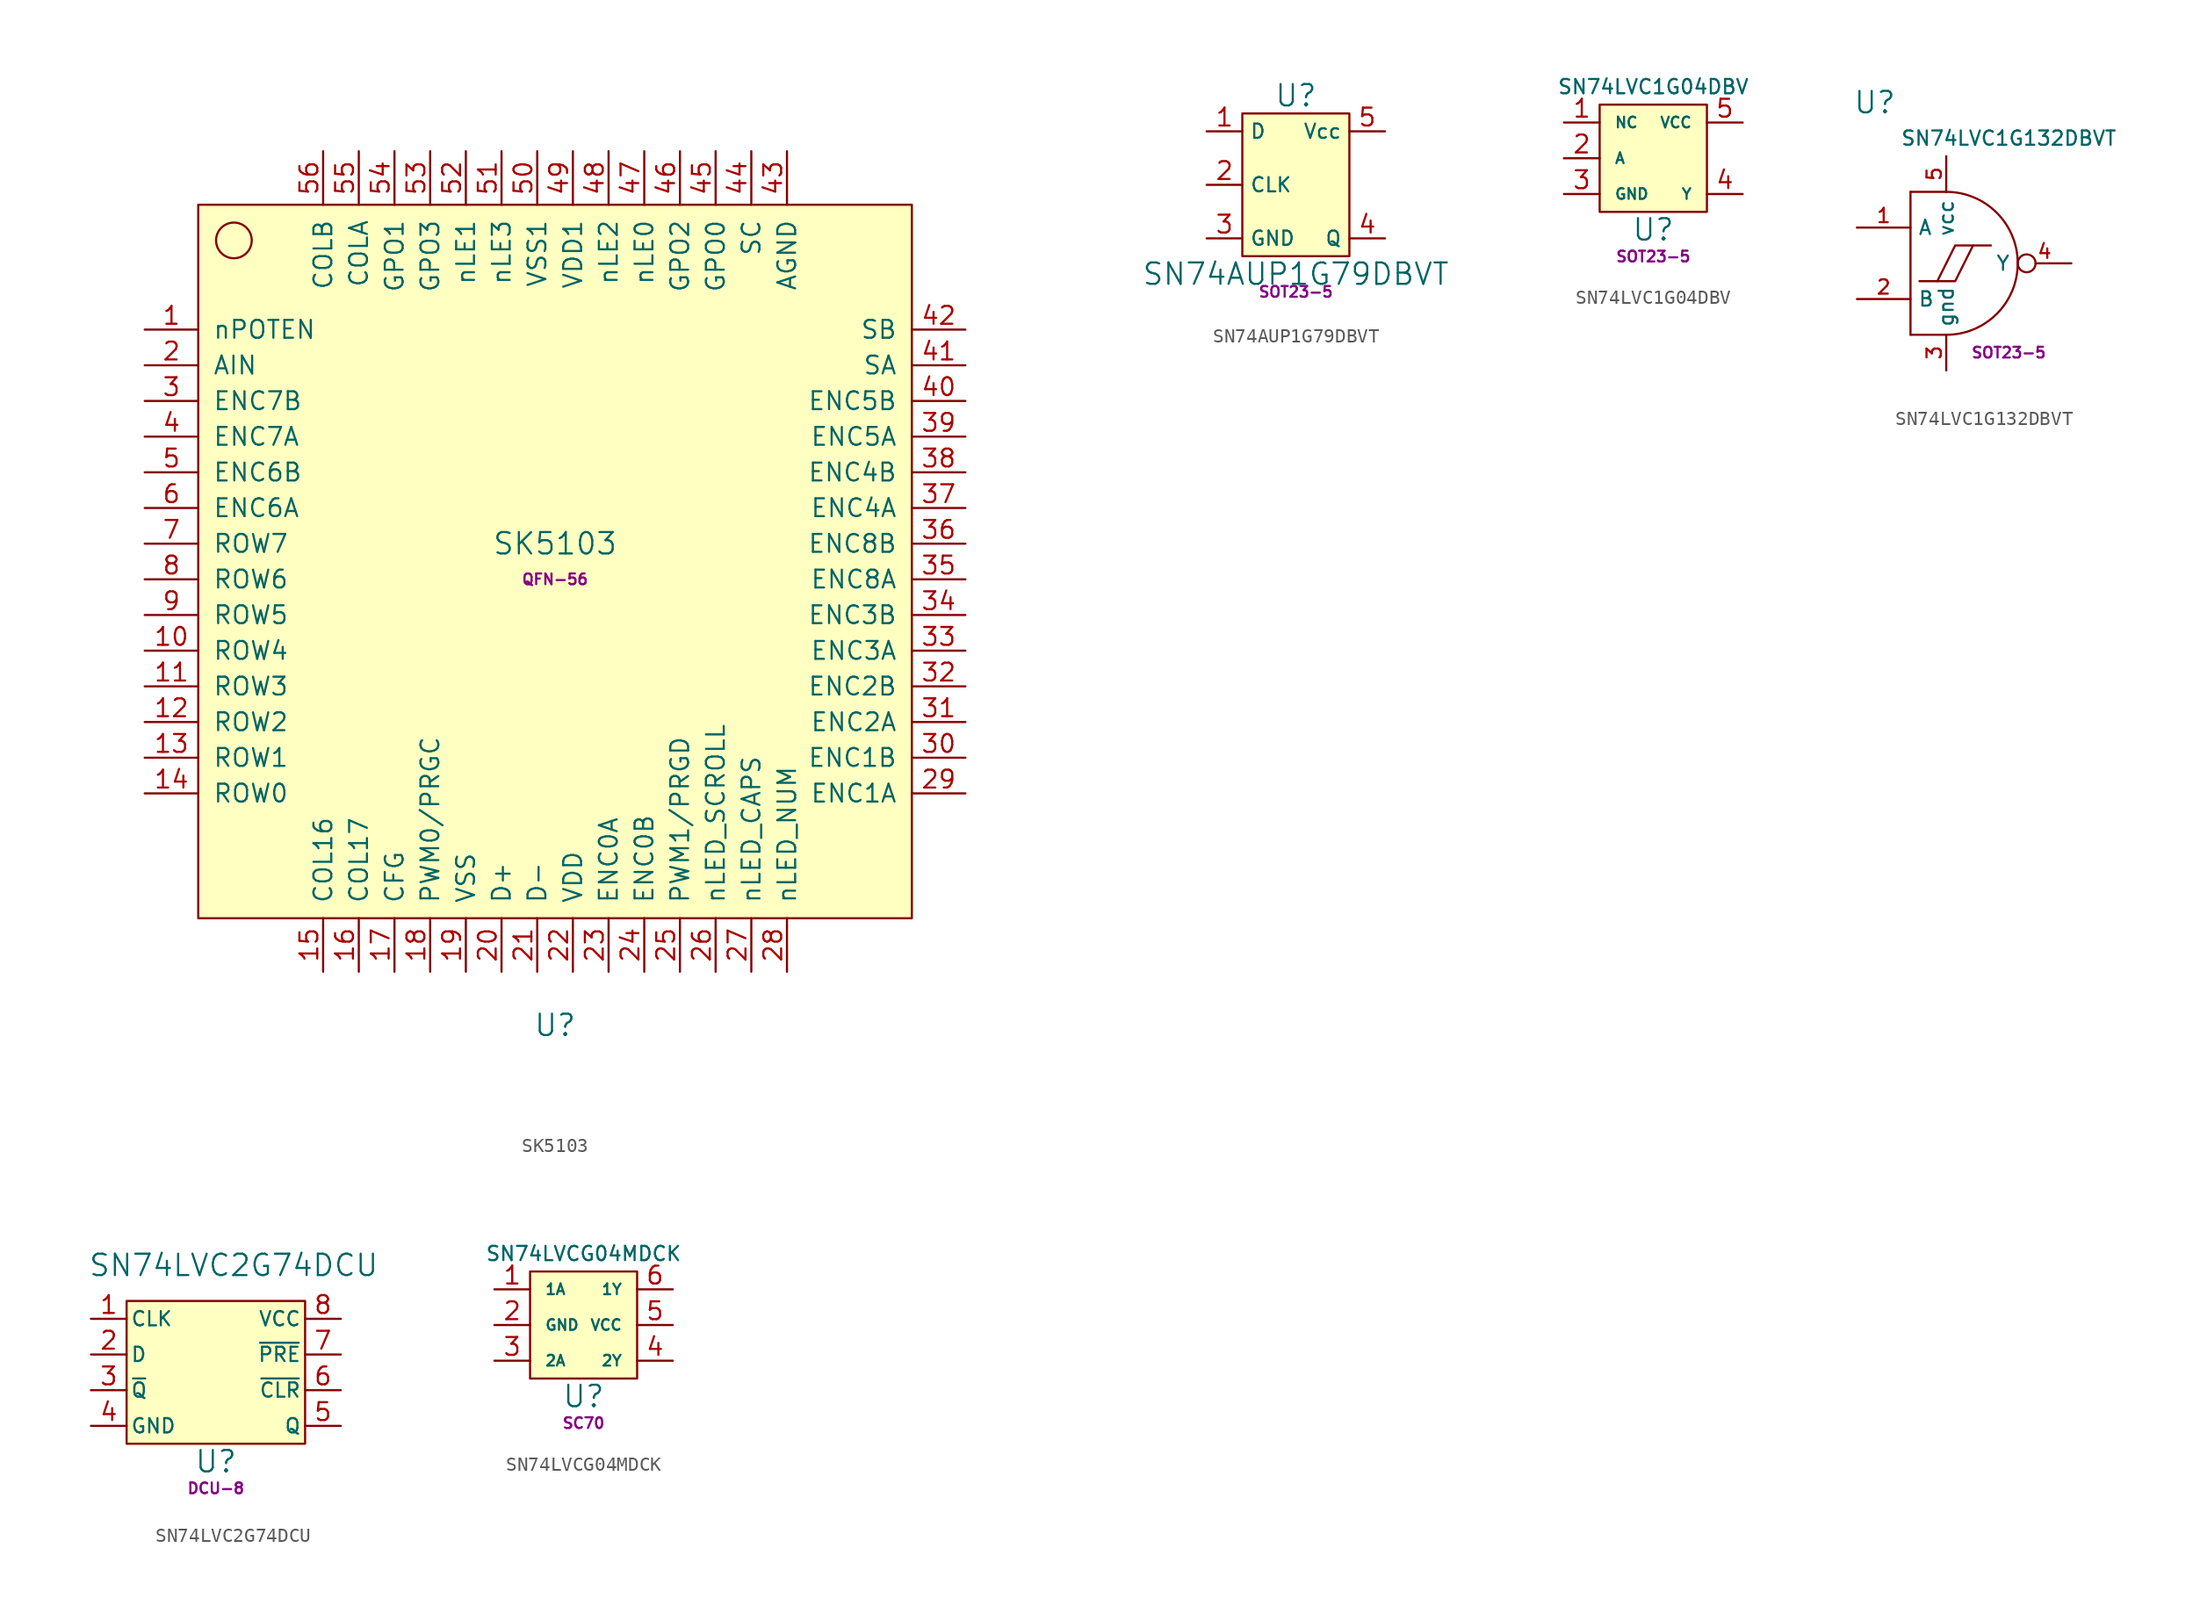
<source format=kicad_sym>
(kicad_symbol_lib
  (version 20220914)
  (generator kicad_symbol_editor)
  (symbol "SK5103"
    (pin_names
      (offset 1.016))
    (property "Reference" "U"
      (at 0 -33.02 0)
      (effects (font (size 1.524 1.524))))
    (property "Value" "SK5103"
      (at 0 1.27 0)
      (effects (font (size 1.524 1.524))))
    (property "Footprint" "QFN-56"
      (at 0 -1.27 0)
      (effects (font (size 0.762 0.762))))
    (property "Datasheet" ""
      (at 0 0 0)
      (effects (font (size 1.524 1.524))))
    (symbol "SK5103_0_1"
      (rectangle (start -25.4 25.4) (end 25.4 -25.4) (stroke (width 0) (type default)) (fill (type background)))
      (circle (center -22.86 22.86) (radius 1.27) (stroke (width 0) (type default)) (fill (type none))))
    (symbol "SK5103_1_1"
      (pin input line (at -29.21 16.51 0) (length 3.81) (name "nPOTEN" (effects (font (size 1.27 1.27)))) (number "1" (effects (font (size 1.27 1.27)))))
      (pin input line (at -29.21 -6.35 0) (length 3.81) (name "ROW4" (effects (font (size 1.27 1.27)))) (number "10" (effects (font (size 1.27 1.27)))))
      (pin input line (at -29.21 -8.89 0) (length 3.81) (name "ROW3" (effects (font (size 1.27 1.27)))) (number "11" (effects (font (size 1.27 1.27)))))
      (pin input line (at -29.21 -11.43 0) (length 3.81) (name "ROW2" (effects (font (size 1.27 1.27)))) (number "12" (effects (font (size 1.27 1.27)))))
      (pin input line (at -29.21 -13.97 0) (length 3.81) (name "ROW1" (effects (font (size 1.27 1.27)))) (number "13" (effects (font (size 1.27 1.27)))))
      (pin input line (at -29.21 -16.51 0) (length 3.81) (name "ROW0" (effects (font (size 1.27 1.27)))) (number "14" (effects (font (size 1.27 1.27)))))
      (pin input line (at -16.51 -29.21 90) (length 3.81) (name "COL16" (effects (font (size 1.27 1.27)))) (number "15" (effects (font (size 1.27 1.27)))))
      (pin input line (at -13.97 -29.21 90) (length 3.81) (name "COL17" (effects (font (size 1.27 1.27)))) (number "16" (effects (font (size 1.27 1.27)))))
      (pin input line (at -11.43 -29.21 90) (length 3.81) (name "CFG" (effects (font (size 1.27 1.27)))) (number "17" (effects (font (size 1.27 1.27)))))
      (pin input line (at -8.89 -29.21 90) (length 3.81) (name "PWM0/PRGC" (effects (font (size 1.27 1.27)))) (number "18" (effects (font (size 1.27 1.27)))))
      (pin input line (at -6.35 -29.21 90) (length 3.81) (name "VSS" (effects (font (size 1.27 1.27)))) (number "19" (effects (font (size 1.27 1.27)))))
      (pin input line (at -29.21 13.97 0) (length 3.81) (name "AIN" (effects (font (size 1.27 1.27)))) (number "2" (effects (font (size 1.27 1.27)))))
      (pin input line (at -3.81 -29.21 90) (length 3.81) (name "D+" (effects (font (size 1.27 1.27)))) (number "20" (effects (font (size 1.27 1.27)))))
      (pin input line (at -1.27 -29.21 90) (length 3.81) (name "D-" (effects (font (size 1.27 1.27)))) (number "21" (effects (font (size 1.27 1.27)))))
      (pin input line (at 1.27 -29.21 90) (length 3.81) (name "VDD" (effects (font (size 1.27 1.27)))) (number "22" (effects (font (size 1.27 1.27)))))
      (pin input line (at 3.81 -29.21 90) (length 3.81) (name "ENC0A" (effects (font (size 1.27 1.27)))) (number "23" (effects (font (size 1.27 1.27)))))
      (pin input line (at 6.35 -29.21 90) (length 3.81) (name "ENC0B" (effects (font (size 1.27 1.27)))) (number "24" (effects (font (size 1.27 1.27)))))
      (pin input line (at 8.89 -29.21 90) (length 3.81) (name "PWM1/PRGD" (effects (font (size 1.27 1.27)))) (number "25" (effects (font (size 1.27 1.27)))))
      (pin input line (at 11.43 -29.21 90) (length 3.81) (name "nLED_SCROLL" (effects (font (size 1.27 1.27)))) (number "26" (effects (font (size 1.27 1.27)))))
      (pin input line (at 13.97 -29.21 90) (length 3.81) (name "nLED_CAPS" (effects (font (size 1.27 1.27)))) (number "27" (effects (font (size 1.27 1.27)))))
      (pin input line (at 16.51 -29.21 90) (length 3.81) (name "nLED_NUM" (effects (font (size 1.27 1.27)))) (number "28" (effects (font (size 1.27 1.27)))))
      (pin input line (at 29.21 -16.51 180) (length 3.81) (name "ENC1A" (effects (font (size 1.27 1.27)))) (number "29" (effects (font (size 1.27 1.27)))))
      (pin input line (at -29.21 11.43 0) (length 3.81) (name "ENC7B" (effects (font (size 1.27 1.27)))) (number "3" (effects (font (size 1.27 1.27)))))
      (pin input line (at 29.21 -13.97 180) (length 3.81) (name "ENC1B" (effects (font (size 1.27 1.27)))) (number "30" (effects (font (size 1.27 1.27)))))
      (pin input line (at 29.21 -11.43 180) (length 3.81) (name "ENC2A" (effects (font (size 1.27 1.27)))) (number "31" (effects (font (size 1.27 1.27)))))
      (pin input line (at 29.21 -8.89 180) (length 3.81) (name "ENC2B" (effects (font (size 1.27 1.27)))) (number "32" (effects (font (size 1.27 1.27)))))
      (pin input line (at 29.21 -6.35 180) (length 3.81) (name "ENC3A" (effects (font (size 1.27 1.27)))) (number "33" (effects (font (size 1.27 1.27)))))
      (pin input line (at 29.21 -3.81 180) (length 3.81) (name "ENC3B" (effects (font (size 1.27 1.27)))) (number "34" (effects (font (size 1.27 1.27)))))
      (pin input line (at 29.21 -1.27 180) (length 3.81) (name "ENC8A" (effects (font (size 1.27 1.27)))) (number "35" (effects (font (size 1.27 1.27)))))
      (pin input line (at 29.21 1.27 180) (length 3.81) (name "ENC8B" (effects (font (size 1.27 1.27)))) (number "36" (effects (font (size 1.27 1.27)))))
      (pin input line (at 29.21 3.81 180) (length 3.81) (name "ENC4A" (effects (font (size 1.27 1.27)))) (number "37" (effects (font (size 1.27 1.27)))))
      (pin input line (at 29.21 6.35 180) (length 3.81) (name "ENC4B" (effects (font (size 1.27 1.27)))) (number "38" (effects (font (size 1.27 1.27)))))
      (pin input line (at 29.21 8.89 180) (length 3.81) (name "ENC5A" (effects (font (size 1.27 1.27)))) (number "39" (effects (font (size 1.27 1.27)))))
      (pin input line (at -29.21 8.89 0) (length 3.81) (name "ENC7A" (effects (font (size 1.27 1.27)))) (number "4" (effects (font (size 1.27 1.27)))))
      (pin input line (at 29.21 11.43 180) (length 3.81) (name "ENC5B" (effects (font (size 1.27 1.27)))) (number "40" (effects (font (size 1.27 1.27)))))
      (pin input line (at 29.21 13.97 180) (length 3.81) (name "SA" (effects (font (size 1.27 1.27)))) (number "41" (effects (font (size 1.27 1.27)))))
      (pin input line (at 29.21 16.51 180) (length 3.81) (name "SB" (effects (font (size 1.27 1.27)))) (number "42" (effects (font (size 1.27 1.27)))))
      (pin input line (at 16.51 29.21 270) (length 3.81) (name "AGND" (effects (font (size 1.27 1.27)))) (number "43" (effects (font (size 1.27 1.27)))))
      (pin input line (at 13.97 29.21 270) (length 3.81) (name "SC" (effects (font (size 1.27 1.27)))) (number "44" (effects (font (size 1.27 1.27)))))
      (pin input line (at 11.43 29.21 270) (length 3.81) (name "GPO0" (effects (font (size 1.27 1.27)))) (number "45" (effects (font (size 1.27 1.27)))))
      (pin input line (at 8.89 29.21 270) (length 3.81) (name "GPO2" (effects (font (size 1.27 1.27)))) (number "46" (effects (font (size 1.27 1.27)))))
      (pin input line (at 6.35 29.21 270) (length 3.81) (name "nLE0" (effects (font (size 1.27 1.27)))) (number "47" (effects (font (size 1.27 1.27)))))
      (pin input line (at 3.81 29.21 270) (length 3.81) (name "nLE2" (effects (font (size 1.27 1.27)))) (number "48" (effects (font (size 1.27 1.27)))))
      (pin input line (at 1.27 29.21 270) (length 3.81) (name "VDD1" (effects (font (size 1.27 1.27)))) (number "49" (effects (font (size 1.27 1.27)))))
      (pin input line (at -29.21 6.35 0) (length 3.81) (name "ENC6B" (effects (font (size 1.27 1.27)))) (number "5" (effects (font (size 1.27 1.27)))))
      (pin input line (at -1.27 29.21 270) (length 3.81) (name "VSS1" (effects (font (size 1.27 1.27)))) (number "50" (effects (font (size 1.27 1.27)))))
      (pin input line (at -3.81 29.21 270) (length 3.81) (name "nLE3" (effects (font (size 1.27 1.27)))) (number "51" (effects (font (size 1.27 1.27)))))
      (pin input line (at -6.35 29.21 270) (length 3.81) (name "nLE1" (effects (font (size 1.27 1.27)))) (number "52" (effects (font (size 1.27 1.27)))))
      (pin input line (at -8.89 29.21 270) (length 3.81) (name "GPO3" (effects (font (size 1.27 1.27)))) (number "53" (effects (font (size 1.27 1.27)))))
      (pin input line (at -11.43 29.21 270) (length 3.81) (name "GPO1" (effects (font (size 1.27 1.27)))) (number "54" (effects (font (size 1.27 1.27)))))
      (pin input line (at -13.97 29.21 270) (length 3.81) (name "COLA" (effects (font (size 1.27 1.27)))) (number "55" (effects (font (size 1.27 1.27)))))
      (pin input line (at -16.51 29.21 270) (length 3.81) (name "COLB" (effects (font (size 1.27 1.27)))) (number "56" (effects (font (size 1.27 1.27)))))
      (pin input line (at -29.21 3.81 0) (length 3.81) (name "ENC6A" (effects (font (size 1.27 1.27)))) (number "6" (effects (font (size 1.27 1.27)))))
      (pin input line (at -29.21 1.27 0) (length 3.81) (name "ROW7" (effects (font (size 1.27 1.27)))) (number "7" (effects (font (size 1.27 1.27)))))
      (pin input line (at -29.21 -1.27 0) (length 3.81) (name "ROW6" (effects (font (size 1.27 1.27)))) (number "8" (effects (font (size 1.27 1.27)))))
      (pin input line (at -29.21 -3.81 0) (length 3.81) (name "ROW5" (effects (font (size 1.27 1.27)))) (number "9" (effects (font (size 1.27 1.27)))))))
  (symbol "SN74AUP1G79DBVT"
    (property "Reference" "U"
      (at 0 6.35 0)
      (effects (font (size 1.524 1.524))))
    (property "Value" "SN74AUP1G79DBVT"
      (at 0 -6.35 0)
      (effects (font (size 1.524 1.524))))
    (property "Footprint" "SOT23-5"
      (at 0 -7.62 0)
      (effects (font (size 0.762 0.762))))
    (property "Datasheet" ""
      (at 0 0 0)
      (effects (font (size 1.524 1.524))))
    (symbol "SN74AUP1G79DBVT_0_1"
      (rectangle (start -3.81 5.08) (end 3.81 -5.08) (stroke (width 0) (type default)) (fill (type background))))
    (symbol "SN74AUP1G79DBVT_1_1"
      (pin bidirectional line (at -6.35 3.81 0) (length 2.54) (name "D" (effects (font (size 1.016 1.016)))) (number "1" (effects (font (size 1.27 1.27)))))
      (pin bidirectional line (at -6.35 0 0) (length 2.54) (name "CLK" (effects (font (size 1.016 1.016)))) (number "2" (effects (font (size 1.27 1.27)))))
      (pin bidirectional line (at -6.35 -3.81 0) (length 2.54) (name "GND" (effects (font (size 1.016 1.016)))) (number "3" (effects (font (size 1.27 1.27)))))
      (pin bidirectional line (at 6.35 -3.81 180) (length 2.54) (name "Q" (effects (font (size 1.016 1.016)))) (number "4" (effects (font (size 1.27 1.27)))))
      (pin bidirectional line (at 6.35 3.81 180) (length 2.54) (name "Vcc" (effects (font (size 1.016 1.016)))) (number "5" (effects (font (size 1.27 1.27)))))))
  (symbol "SN74LVC1G04DBV"
    (pin_names
      (offset 1.016))
    (property "Reference" "U"
      (at 0 -5.08 0)
      (effects (font (size 1.524 1.524))))
    (property "Value" "SN74LVC1G04DBV"
      (at 0 5.08 0)
      (effects (font (size 1.016 1.016))))
    (property "Footprint" "SOT23-5"
      (at 0 -6.985 0)
      (effects (font (size 0.762 0.762))))
    (property "Datasheet" ""
      (at 0 0 0)
      (effects (font (size 1.524 1.524))))
    (symbol "SN74LVC1G04DBV_0_1"
      (rectangle (start -3.81 3.81) (end 3.81 -3.81) (stroke (width 0) (type default)) (fill (type background))))
    (symbol "SN74LVC1G04DBV_1_1"
      (pin bidirectional line (at -6.35 2.54 0) (length 2.54) (name "NC" (effects (font (size 0.762 0.762)))) (number "1" (effects (font (size 1.27 1.27)))))
      (pin bidirectional line (at -6.35 0 0) (length 2.54) (name "A" (effects (font (size 0.762 0.762)))) (number "2" (effects (font (size 1.27 1.27)))))
      (pin bidirectional line (at -6.35 -2.54 0) (length 2.54) (name "GND" (effects (font (size 0.762 0.762)))) (number "3" (effects (font (size 1.27 1.27)))))
      (pin bidirectional line (at 6.35 -2.54 180) (length 2.54) (name "Y" (effects (font (size 0.762 0.762)))) (number "4" (effects (font (size 1.27 1.27)))))
      (pin bidirectional line (at 6.35 2.54 180) (length 2.54) (name "VCC" (effects (font (size 0.762 0.762)))) (number "5" (effects (font (size 1.27 1.27)))))))
  (symbol "SN74LVC1G132DBVT"
    (property "Reference" "U"
      (at -5.08 11.43 0)
      (effects (font (size 1.524 1.524))))
    (property "Value" "SN74LVC1G132DBVT"
      (at 4.445 8.89 0)
      (effects (font (size 1.016 1.016))))
    (property "Footprint" "SOT23-5"
      (at 4.445 -6.35 0)
      (effects (font (size 0.762 0.762))))
    (property "Datasheet" ""
      (at 0 0 0)
      (effects (font (size 1.524 1.524))))
    (symbol "SN74LVC1G132DBVT_0_1"
      (arc (start 0 -5.08) (mid 5.0579 0) (end 0 5.08) (stroke (width 0) (type default)) (fill (type none)))
      (polyline (pts (xy -2.54 5.08) (xy -2.54 -5.08) (xy -2.54 -5.08)) (stroke (width 0) (type default)) (fill (type none)))
      (polyline (pts (xy -0.635 -1.27) (xy 0.635 1.27) (xy 1.905 1.27)) (stroke (width 0) (type default)) (fill (type none)))
      (polyline (pts (xy 0 -5.08) (xy -2.54 -5.08) (xy -2.54 -5.08)) (stroke (width 0) (type default)) (fill (type none)))
      (polyline (pts (xy 0 5.08) (xy -2.54 5.08) (xy -2.54 5.08)) (stroke (width 0) (type default)) (fill (type background)))
      (polyline (pts (xy -1.905 -1.27) (xy 0.635 -1.27) (xy 1.905 1.27) (xy 3.175 1.27)) (stroke (width 0) (type default)) (fill (type none)))
      (pin input line (at -6.35 2.54 0) (length 3.81) (name "A" (effects (font (size 1.016 1.016)))) (number "1" (effects (font (size 1.016 1.016)))))
      (pin input line (at -6.35 -2.54 0) (length 3.81) (name "B" (effects (font (size 1.016 1.016)))) (number "2" (effects (font (size 1.016 1.016)))))
      (pin passive line (at 0 -7.62 90) (length 2.54) (name "gnd" (effects (font (size 1.016 1.016)))) (number "3" (effects (font (size 1.016 1.016)))))
      (pin output inverted (at 8.89 0 180) (length 3.81) (name "Y" (effects (font (size 1.016 1.016)))) (number "4" (effects (font (size 1.016 1.016)))))
      (pin power_in line (at 0 7.62 270) (length 2.54) (name "vcc" (effects (font (size 1.016 1.016)))) (number "5" (effects (font (size 1.016 1.016)))))))
  (symbol "SN74LVC2G74DCU"
    (pin_names
      (offset 0.254))
    (property "Reference" "U"
      (at 0 -6.35 0)
      (effects (font (size 1.524 1.524))))
    (property "Value" "SN74LVC2G74DCU"
      (at 1.27 7.62 0)
      (effects (font (size 1.524 1.524))))
    (property "Footprint" "DCU-8"
      (at 0 -8.255 0)
      (effects (font (size 0.762 0.762))))
    (property "Datasheet" ""
      (at 0 0 0)
      (effects (font (size 1.524 1.524))))
    (symbol "SN74LVC2G74DCU_0_1"
      (rectangle (start -6.35 5.08) (end 6.35 -5.08) (stroke (width 0) (type default)) (fill (type background))))
    (symbol "SN74LVC2G74DCU_1_1"
      (pin bidirectional line (at -8.89 3.81 0) (length 2.54) (name "CLK" (effects (font (size 1.016 1.016)))) (number "1" (effects (font (size 1.27 1.27)))))
      (pin bidirectional line (at -8.89 1.27 0) (length 2.54) (name "D" (effects (font (size 1.016 1.016)))) (number "2" (effects (font (size 1.27 1.27)))))
      (pin bidirectional line (at -8.89 -1.27 0) (length 2.54) (name "~{Q}" (effects (font (size 1.016 1.016)))) (number "3" (effects (font (size 1.27 1.27)))))
      (pin bidirectional line (at -8.89 -3.81 0) (length 2.54) (name "GND" (effects (font (size 1.016 1.016)))) (number "4" (effects (font (size 1.27 1.27)))))
      (pin bidirectional line (at 8.89 -3.81 180) (length 2.54) (name "Q" (effects (font (size 1.016 1.016)))) (number "5" (effects (font (size 1.27 1.27)))))
      (pin bidirectional line (at 8.89 -1.27 180) (length 2.54) (name "~{CLR}" (effects (font (size 1.016 1.016)))) (number "6" (effects (font (size 1.27 1.27)))))
      (pin bidirectional line (at 8.89 1.27 180) (length 2.54) (name "~{PRE}" (effects (font (size 1.016 1.016)))) (number "7" (effects (font (size 1.27 1.27)))))
      (pin bidirectional line (at 8.89 3.81 180) (length 2.54) (name "VCC" (effects (font (size 1.016 1.016)))) (number "8" (effects (font (size 1.27 1.27)))))))
  (symbol "SN74LVCG04MDCK"
    (pin_names
      (offset 1.016))
    (property "Reference" "U"
      (at 0 -5.08 0)
      (effects (font (size 1.524 1.524))))
    (property "Value" "SN74LVCG04MDCK"
      (at 0 5.08 0)
      (effects (font (size 1.016 1.016))))
    (property "Footprint" "SC70"
      (at 0 -6.985 0)
      (effects (font (size 0.762 0.762))))
    (property "Datasheet" ""
      (at 0 0 0)
      (effects (font (size 1.524 1.524))))
    (symbol "SN74LVCG04MDCK_0_1"
      (rectangle (start -3.81 3.81) (end 3.81 -3.81) (stroke (width 0) (type default)) (fill (type background))))
    (symbol "SN74LVCG04MDCK_1_1"
      (pin bidirectional line (at -6.35 2.54 0) (length 2.54) (name "1A" (effects (font (size 0.762 0.762)))) (number "1" (effects (font (size 1.27 1.27)))))
      (pin bidirectional line (at -6.35 0 0) (length 2.54) (name "GND" (effects (font (size 0.762 0.762)))) (number "2" (effects (font (size 1.27 1.27)))))
      (pin bidirectional line (at -6.35 -2.54 0) (length 2.54) (name "2A" (effects (font (size 0.762 0.762)))) (number "3" (effects (font (size 1.27 1.27)))))
      (pin bidirectional line (at 6.35 -2.54 180) (length 2.54) (name "2Y" (effects (font (size 0.762 0.762)))) (number "4" (effects (font (size 1.27 1.27)))))
      (pin bidirectional line (at 6.35 0 180) (length 2.54) (name "VCC" (effects (font (size 0.762 0.762)))) (number "5" (effects (font (size 1.27 1.27)))))
      (pin bidirectional line (at 6.35 2.54 180) (length 2.54) (name "1Y" (effects (font (size 0.762 0.762)))) (number "6" (effects (font (size 1.27 1.27))))))))
</source>
